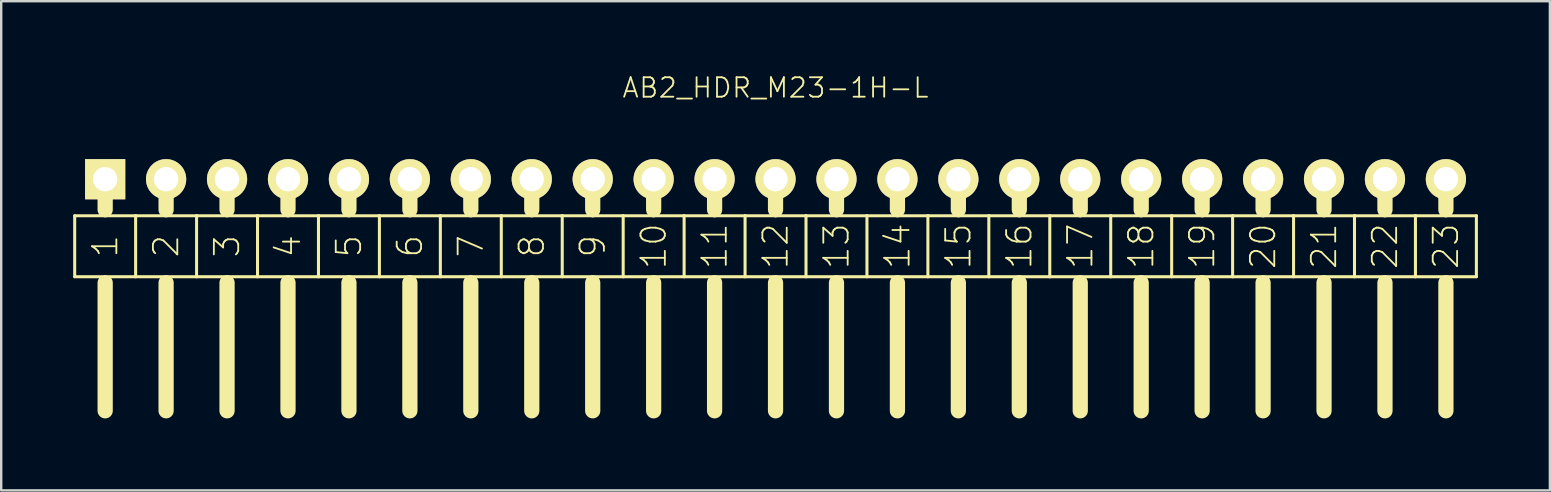
<source format=kicad_pcb>
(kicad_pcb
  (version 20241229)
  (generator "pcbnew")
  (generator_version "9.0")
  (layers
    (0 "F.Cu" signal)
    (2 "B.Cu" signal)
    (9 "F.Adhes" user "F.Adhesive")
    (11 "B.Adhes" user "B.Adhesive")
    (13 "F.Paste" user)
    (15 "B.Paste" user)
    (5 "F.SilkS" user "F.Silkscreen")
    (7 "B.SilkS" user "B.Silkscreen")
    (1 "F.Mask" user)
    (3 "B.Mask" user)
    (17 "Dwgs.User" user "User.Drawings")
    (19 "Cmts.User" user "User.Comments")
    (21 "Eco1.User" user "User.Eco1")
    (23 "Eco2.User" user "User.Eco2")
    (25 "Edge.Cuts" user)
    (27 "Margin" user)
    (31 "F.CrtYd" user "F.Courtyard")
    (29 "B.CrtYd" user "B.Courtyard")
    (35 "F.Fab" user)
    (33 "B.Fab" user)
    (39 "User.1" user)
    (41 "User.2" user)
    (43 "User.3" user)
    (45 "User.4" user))
  (footprint "AB2_HDR_M23-1H-L"
    (layer "F.Cu")
    (at 29.273 4.419)
    (property "Reference" "AB2_HDR_M23-1H-L" (at 0 -3.81 0) (layer "F.SilkS") (effects (font (size 0.813 0.813) (thickness 0.076))))
    (attr through_hole)
    (fp_line (start -29.21 1.524) (end -29.21 4.064) (stroke (width 0.127) (type solid)) (layer "F.SilkS"))
    (fp_line (start -29.21 4.064) (end -27.94 4.064) (stroke (width 0.127) (type solid)) (layer "F.SilkS"))
    (fp_line (start -27.94 0) (end -27.94 1.27) (stroke (width 0.635) (type solid)) (layer "F.SilkS"))
    (fp_line (start -27.94 1.524) (end -29.21 1.524) (stroke (width 0.127) (type solid)) (layer "F.SilkS"))
    (fp_line (start -27.94 4.064) (end -26.67 4.064) (stroke (width 0.127) (type solid)) (layer "F.SilkS"))
    (fp_line (start -27.94 4.318) (end -27.94 9.652) (stroke (width 0.635) (type solid)) (layer "F.SilkS"))
    (fp_line (start -26.67 1.524) (end -27.94 1.524) (stroke (width 0.127) (type solid)) (layer "F.SilkS"))
    (fp_line (start -26.67 4.064) (end -26.67 1.524) (stroke (width 0.127) (type solid)) (layer "F.SilkS"))
    (fp_line (start -26.67 4.064) (end -25.4 4.064) (stroke (width 0.127) (type solid)) (layer "F.SilkS"))
    (fp_line (start -25.4 0) (end -25.4 1.27) (stroke (width 0.635) (type solid)) (layer "F.SilkS"))
    (fp_line (start -25.4 1.524) (end -26.67 1.524) (stroke (width 0.127) (type solid)) (layer "F.SilkS"))
    (fp_line (start -25.4 4.064) (end -24.13 4.064) (stroke (width 0.127) (type solid)) (layer "F.SilkS"))
    (fp_line (start -25.4 4.318) (end -25.4 9.652) (stroke (width 0.635) (type solid)) (layer "F.SilkS"))
    (fp_line (start -24.13 1.524) (end -25.4 1.524) (stroke (width 0.127) (type solid)) (layer "F.SilkS"))
    (fp_line (start -24.13 4.064) (end -24.13 1.524) (stroke (width 0.127) (type solid)) (layer "F.SilkS"))
    (fp_line (start -24.13 4.064) (end -22.86 4.064) (stroke (width 0.127) (type solid)) (layer "F.SilkS"))
    (fp_line (start -22.86 0) (end -22.86 1.27) (stroke (width 0.635) (type solid)) (layer "F.SilkS"))
    (fp_line (start -22.86 1.524) (end -24.13 1.524) (stroke (width 0.127) (type solid)) (layer "F.SilkS"))
    (fp_line (start -22.86 4.064) (end -21.59 4.064) (stroke (width 0.127) (type solid)) (layer "F.SilkS"))
    (fp_line (start -22.86 4.318) (end -22.86 9.652) (stroke (width 0.635) (type solid)) (layer "F.SilkS"))
    (fp_line (start -21.59 1.524) (end -22.86 1.524) (stroke (width 0.127) (type solid)) (layer "F.SilkS"))
    (fp_line (start -21.59 4.064) (end -21.59 1.524) (stroke (width 0.127) (type solid)) (layer "F.SilkS"))
    (fp_line (start -21.59 4.064) (end -20.32 4.064) (stroke (width 0.127) (type solid)) (layer "F.SilkS"))
    (fp_line (start -20.32 0) (end -20.32 1.27) (stroke (width 0.635) (type solid)) (layer "F.SilkS"))
    (fp_line (start -20.32 1.524) (end -21.59 1.524) (stroke (width 0.127) (type solid)) (layer "F.SilkS"))
    (fp_line (start -20.32 4.064) (end -19.05 4.064) (stroke (width 0.127) (type solid)) (layer "F.SilkS"))
    (fp_line (start -20.32 4.318) (end -20.32 9.652) (stroke (width 0.635) (type solid)) (layer "F.SilkS"))
    (fp_line (start -19.05 1.524) (end -20.32 1.524) (stroke (width 0.127) (type solid)) (layer "F.SilkS"))
    (fp_line (start -19.05 4.064) (end -19.05 1.524) (stroke (width 0.127) (type solid)) (layer "F.SilkS"))
    (fp_line (start -19.05 4.064) (end -17.78 4.064) (stroke (width 0.127) (type solid)) (layer "F.SilkS"))
    (fp_line (start -17.78 0) (end -17.78 1.27) (stroke (width 0.635) (type solid)) (layer "F.SilkS"))
    (fp_line (start -17.78 1.524) (end -19.05 1.524) (stroke (width 0.127) (type solid)) (layer "F.SilkS"))
    (fp_line (start -17.78 4.064) (end -16.51 4.064) (stroke (width 0.127) (type solid)) (layer "F.SilkS"))
    (fp_line (start -17.78 4.318) (end -17.78 9.652) (stroke (width 0.635) (type solid)) (layer "F.SilkS"))
    (fp_line (start -16.51 1.524) (end -17.78 1.524) (stroke (width 0.127) (type solid)) (layer "F.SilkS"))
    (fp_line (start -16.51 4.064) (end -16.51 1.524) (stroke (width 0.127) (type solid)) (layer "F.SilkS"))
    (fp_line (start -16.51 4.064) (end -15.24 4.064) (stroke (width 0.127) (type solid)) (layer "F.SilkS"))
    (fp_line (start -15.24 0) (end -15.24 1.27) (stroke (width 0.635) (type solid)) (layer "F.SilkS"))
    (fp_line (start -15.24 1.524) (end -16.51 1.524) (stroke (width 0.127) (type solid)) (layer "F.SilkS"))
    (fp_line (start -15.24 4.064) (end -13.97 4.064) (stroke (width 0.127) (type solid)) (layer "F.SilkS"))
    (fp_line (start -15.24 4.318) (end -15.24 9.652) (stroke (width 0.635) (type solid)) (layer "F.SilkS"))
    (fp_line (start -13.97 1.524) (end -15.24 1.524) (stroke (width 0.127) (type solid)) (layer "F.SilkS"))
    (fp_line (start -13.97 4.064) (end -13.97 1.524) (stroke (width 0.127) (type solid)) (layer "F.SilkS"))
    (fp_line (start -13.97 4.064) (end -12.7 4.064) (stroke (width 0.127) (type solid)) (layer "F.SilkS"))
    (fp_line (start -12.7 0) (end -12.7 1.27) (stroke (width 0.635) (type solid)) (layer "F.SilkS"))
    (fp_line (start -12.7 1.524) (end -13.97 1.524) (stroke (width 0.127) (type solid)) (layer "F.SilkS"))
    (fp_line (start -12.7 4.064) (end -11.43 4.064) (stroke (width 0.127) (type solid)) (layer "F.SilkS"))
    (fp_line (start -12.7 4.318) (end -12.7 9.652) (stroke (width 0.635) (type solid)) (layer "F.SilkS"))
    (fp_line (start -11.43 1.524) (end -12.7 1.524) (stroke (width 0.127) (type solid)) (layer "F.SilkS"))
    (fp_line (start -11.43 4.064) (end -11.43 1.524) (stroke (width 0.127) (type solid)) (layer "F.SilkS"))
    (fp_line (start -11.43 4.064) (end -10.16 4.064) (stroke (width 0.127) (type solid)) (layer "F.SilkS"))
    (fp_line (start -10.16 0) (end -10.16 1.27) (stroke (width 0.635) (type solid)) (layer "F.SilkS"))
    (fp_line (start -10.16 1.524) (end -11.43 1.524) (stroke (width 0.127) (type solid)) (layer "F.SilkS"))
    (fp_line (start -10.16 4.064) (end -8.89 4.064) (stroke (width 0.127) (type solid)) (layer "F.SilkS"))
    (fp_line (start -10.16 4.318) (end -10.16 9.652) (stroke (width 0.635) (type solid)) (layer "F.SilkS"))
    (fp_line (start -8.89 1.524) (end -10.16 1.524) (stroke (width 0.127) (type solid)) (layer "F.SilkS"))
    (fp_line (start -8.89 4.064) (end -8.89 1.524) (stroke (width 0.127) (type solid)) (layer "F.SilkS"))
    (fp_line (start -8.89 4.064) (end -7.62 4.064) (stroke (width 0.127) (type solid)) (layer "F.SilkS"))
    (fp_line (start -7.62 0) (end -7.62 1.27) (stroke (width 0.635) (type solid)) (layer "F.SilkS"))
    (fp_line (start -7.62 1.524) (end -8.89 1.524) (stroke (width 0.127) (type solid)) (layer "F.SilkS"))
    (fp_line (start -7.62 4.064) (end -6.35 4.064) (stroke (width 0.127) (type solid)) (layer "F.SilkS"))
    (fp_line (start -7.62 4.318) (end -7.62 9.652) (stroke (width 0.635) (type solid)) (layer "F.SilkS"))
    (fp_line (start -6.35 1.524) (end -7.62 1.524) (stroke (width 0.127) (type solid)) (layer "F.SilkS"))
    (fp_line (start -6.35 4.064) (end -6.35 1.524) (stroke (width 0.127) (type solid)) (layer "F.SilkS"))
    (fp_line (start -6.35 4.064) (end -5.08 4.064) (stroke (width 0.127) (type solid)) (layer "F.SilkS"))
    (fp_line (start -5.08 0) (end -5.08 1.27) (stroke (width 0.635) (type solid)) (layer "F.SilkS"))
    (fp_line (start -5.08 1.524) (end -6.35 1.524) (stroke (width 0.127) (type solid)) (layer "F.SilkS"))
    (fp_line (start -5.08 4.064) (end -3.81 4.064) (stroke (width 0.127) (type solid)) (layer "F.SilkS"))
    (fp_line (start -5.08 4.318) (end -5.08 9.652) (stroke (width 0.635) (type solid)) (layer "F.SilkS"))
    (fp_line (start -3.81 1.524) (end -5.08 1.524) (stroke (width 0.127) (type solid)) (layer "F.SilkS"))
    (fp_line (start -3.81 4.064) (end -3.81 1.524) (stroke (width 0.127) (type solid)) (layer "F.SilkS"))
    (fp_line (start -3.81 4.064) (end -2.54 4.064) (stroke (width 0.127) (type solid)) (layer "F.SilkS"))
    (fp_line (start -2.54 0) (end -2.54 1.27) (stroke (width 0.635) (type solid)) (layer "F.SilkS"))
    (fp_line (start -2.54 1.524) (end -3.81 1.524) (stroke (width 0.127) (type solid)) (layer "F.SilkS"))
    (fp_line (start -2.54 4.064) (end -1.27 4.064) (stroke (width 0.127) (type solid)) (layer "F.SilkS"))
    (fp_line (start -2.54 4.318) (end -2.54 9.652) (stroke (width 0.635) (type solid)) (layer "F.SilkS"))
    (fp_line (start -1.27 1.524) (end -2.54 1.524) (stroke (width 0.127) (type solid)) (layer "F.SilkS"))
    (fp_line (start -1.27 4.064) (end -1.27 1.524) (stroke (width 0.127) (type solid)) (layer "F.SilkS"))
    (fp_line (start -1.27 4.064) (end 0 4.064) (stroke (width 0.127) (type solid)) (layer "F.SilkS"))
    (fp_line (start 0 0) (end 0 1.27) (stroke (width 0.635) (type solid)) (layer "F.SilkS"))
    (fp_line (start 0 1.524) (end -1.27 1.524) (stroke (width 0.127) (type solid)) (layer "F.SilkS"))
    (fp_line (start 0 4.064) (end 1.27 4.064) (stroke (width 0.127) (type solid)) (layer "F.SilkS"))
    (fp_line (start 0 4.318) (end 0 9.652) (stroke (width 0.635) (type solid)) (layer "F.SilkS"))
    (fp_line (start 1.27 1.524) (end 0 1.524) (stroke (width 0.127) (type solid)) (layer "F.SilkS"))
    (fp_line (start 1.27 4.064) (end 1.27 1.524) (stroke (width 0.127) (type solid)) (layer "F.SilkS"))
    (fp_line (start 1.27 4.064) (end 2.54 4.064) (stroke (width 0.127) (type solid)) (layer "F.SilkS"))
    (fp_line (start 2.54 0) (end 2.54 1.27) (stroke (width 0.635) (type solid)) (layer "F.SilkS"))
    (fp_line (start 2.54 1.524) (end 1.27 1.524) (stroke (width 0.127) (type solid)) (layer "F.SilkS"))
    (fp_line (start 2.54 4.064) (end 3.81 4.064) (stroke (width 0.127) (type solid)) (layer "F.SilkS"))
    (fp_line (start 2.54 4.318) (end 2.54 9.652) (stroke (width 0.635) (type solid)) (layer "F.SilkS"))
    (fp_line (start 3.81 1.524) (end 2.54 1.524) (stroke (width 0.127) (type solid)) (layer "F.SilkS"))
    (fp_line (start 3.81 4.064) (end 3.81 1.524) (stroke (width 0.127) (type solid)) (layer "F.SilkS"))
    (fp_line (start 3.81 4.064) (end 5.08 4.064) (stroke (width 0.127) (type solid)) (layer "F.SilkS"))
    (fp_line (start 5.08 0) (end 5.08 1.27) (stroke (width 0.635) (type solid)) (layer "F.SilkS"))
    (fp_line (start 5.08 1.524) (end 3.81 1.524) (stroke (width 0.127) (type solid)) (layer "F.SilkS"))
    (fp_line (start 5.08 4.064) (end 6.35 4.064) (stroke (width 0.127) (type solid)) (layer "F.SilkS"))
    (fp_line (start 5.08 4.318) (end 5.08 9.652) (stroke (width 0.635) (type solid)) (layer "F.SilkS"))
    (fp_line (start 6.35 1.524) (end 5.08 1.524) (stroke (width 0.127) (type solid)) (layer "F.SilkS"))
    (fp_line (start 6.35 4.064) (end 6.35 1.524) (stroke (width 0.127) (type solid)) (layer "F.SilkS"))
    (fp_line (start 6.35 4.064) (end 7.62 4.064) (stroke (width 0.127) (type solid)) (layer "F.SilkS"))
    (fp_line (start 7.62 0) (end 7.62 1.27) (stroke (width 0.635) (type solid)) (layer "F.SilkS"))
    (fp_line (start 7.62 1.524) (end 6.35 1.524) (stroke (width 0.127) (type solid)) (layer "F.SilkS"))
    (fp_line (start 7.62 4.064) (end 8.89 4.064) (stroke (width 0.127) (type solid)) (layer "F.SilkS"))
    (fp_line (start 7.62 4.318) (end 7.62 9.652) (stroke (width 0.635) (type solid)) (layer "F.SilkS"))
    (fp_line (start 8.89 1.524) (end 7.62 1.524) (stroke (width 0.127) (type solid)) (layer "F.SilkS"))
    (fp_line (start 8.89 4.064) (end 8.89 1.524) (stroke (width 0.127) (type solid)) (layer "F.SilkS"))
    (fp_line (start 8.89 4.064) (end 10.16 4.064) (stroke (width 0.127) (type solid)) (layer "F.SilkS"))
    (fp_line (start 10.16 0) (end 10.16 1.27) (stroke (width 0.635) (type solid)) (layer "F.SilkS"))
    (fp_line (start 10.16 1.524) (end 8.89 1.524) (stroke (width 0.127) (type solid)) (layer "F.SilkS"))
    (fp_line (start 10.16 4.064) (end 11.43 4.064) (stroke (width 0.127) (type solid)) (layer "F.SilkS"))
    (fp_line (start 10.16 4.318) (end 10.16 9.652) (stroke (width 0.635) (type solid)) (layer "F.SilkS"))
    (fp_line (start 11.43 1.524) (end 10.16 1.524) (stroke (width 0.127) (type solid)) (layer "F.SilkS"))
    (fp_line (start 11.43 4.064) (end 11.43 1.524) (stroke (width 0.127) (type solid)) (layer "F.SilkS"))
    (fp_line (start 11.43 4.064) (end 12.7 4.064) (stroke (width 0.127) (type solid)) (layer "F.SilkS"))
    (fp_line (start 12.7 0) (end 12.7 1.27) (stroke (width 0.635) (type solid)) (layer "F.SilkS"))
    (fp_line (start 12.7 1.524) (end 11.43 1.524) (stroke (width 0.127) (type solid)) (layer "F.SilkS"))
    (fp_line (start 12.7 4.064) (end 13.97 4.064) (stroke (width 0.127) (type solid)) (layer "F.SilkS"))
    (fp_line (start 12.7 4.318) (end 12.7 9.652) (stroke (width 0.635) (type solid)) (layer "F.SilkS"))
    (fp_line (start 13.97 1.524) (end 12.7 1.524) (stroke (width 0.127) (type solid)) (layer "F.SilkS"))
    (fp_line (start 13.97 4.064) (end 13.97 1.524) (stroke (width 0.127) (type solid)) (layer "F.SilkS"))
    (fp_line (start 13.97 4.064) (end 15.24 4.064) (stroke (width 0.127) (type solid)) (layer "F.SilkS"))
    (fp_line (start 15.24 0) (end 15.24 1.27) (stroke (width 0.635) (type solid)) (layer "F.SilkS"))
    (fp_line (start 15.24 1.524) (end 13.97 1.524) (stroke (width 0.127) (type solid)) (layer "F.SilkS"))
    (fp_line (start 15.24 4.064) (end 16.51 4.064) (stroke (width 0.127) (type solid)) (layer "F.SilkS"))
    (fp_line (start 15.24 4.318) (end 15.24 9.652) (stroke (width 0.635) (type solid)) (layer "F.SilkS"))
    (fp_line (start 16.51 1.524) (end 15.24 1.524) (stroke (width 0.127) (type solid)) (layer "F.SilkS"))
    (fp_line (start 16.51 4.064) (end 16.51 1.524) (stroke (width 0.127) (type solid)) (layer "F.SilkS"))
    (fp_line (start 16.51 4.064) (end 17.78 4.064) (stroke (width 0.127) (type solid)) (layer "F.SilkS"))
    (fp_line (start 17.78 0) (end 17.78 1.27) (stroke (width 0.635) (type solid)) (layer "F.SilkS"))
    (fp_line (start 17.78 1.524) (end 16.51 1.524) (stroke (width 0.127) (type solid)) (layer "F.SilkS"))
    (fp_line (start 17.78 4.064) (end 19.05 4.064) (stroke (width 0.127) (type solid)) (layer "F.SilkS"))
    (fp_line (start 17.78 4.318) (end 17.78 9.652) (stroke (width 0.635) (type solid)) (layer "F.SilkS"))
    (fp_line (start 19.05 1.524) (end 17.78 1.524) (stroke (width 0.127) (type solid)) (layer "F.SilkS"))
    (fp_line (start 19.05 4.064) (end 19.05 1.524) (stroke (width 0.127) (type solid)) (layer "F.SilkS"))
    (fp_line (start 19.05 4.064) (end 20.32 4.064) (stroke (width 0.127) (type solid)) (layer "F.SilkS"))
    (fp_line (start 20.32 0) (end 20.32 1.27) (stroke (width 0.635) (type solid)) (layer "F.SilkS"))
    (fp_line (start 20.32 1.524) (end 19.05 1.524) (stroke (width 0.127) (type solid)) (layer "F.SilkS"))
    (fp_line (start 20.32 4.064) (end 21.59 4.064) (stroke (width 0.127) (type solid)) (layer "F.SilkS"))
    (fp_line (start 20.32 4.318) (end 20.32 9.652) (stroke (width 0.635) (type solid)) (layer "F.SilkS"))
    (fp_line (start 21.59 1.524) (end 20.32 1.524) (stroke (width 0.127) (type solid)) (layer "F.SilkS"))
    (fp_line (start 21.59 4.064) (end 21.59 1.524) (stroke (width 0.127) (type solid)) (layer "F.SilkS"))
    (fp_line (start 21.59 4.064) (end 22.86 4.064) (stroke (width 0.127) (type solid)) (layer "F.SilkS"))
    (fp_line (start 22.86 0) (end 22.86 1.27) (stroke (width 0.635) (type solid)) (layer "F.SilkS"))
    (fp_line (start 22.86 1.524) (end 21.59 1.524) (stroke (width 0.127) (type solid)) (layer "F.SilkS"))
    (fp_line (start 22.86 4.064) (end 24.13 4.064) (stroke (width 0.127) (type solid)) (layer "F.SilkS"))
    (fp_line (start 22.86 4.318) (end 22.86 9.652) (stroke (width 0.635) (type solid)) (layer "F.SilkS"))
    (fp_line (start 24.13 1.524) (end 22.86 1.524) (stroke (width 0.127) (type solid)) (layer "F.SilkS"))
    (fp_line (start 24.13 4.064) (end 24.13 1.524) (stroke (width 0.127) (type solid)) (layer "F.SilkS"))
    (fp_line (start 24.13 4.064) (end 25.4 4.064) (stroke (width 0.127) (type solid)) (layer "F.SilkS"))
    (fp_line (start 25.4 0) (end 25.4 1.27) (stroke (width 0.635) (type solid)) (layer "F.SilkS"))
    (fp_line (start 25.4 1.524) (end 24.13 1.524) (stroke (width 0.127) (type solid)) (layer "F.SilkS"))
    (fp_line (start 25.4 4.064) (end 26.67 4.064) (stroke (width 0.127) (type solid)) (layer "F.SilkS"))
    (fp_line (start 25.4 4.318) (end 25.4 9.652) (stroke (width 0.635) (type solid)) (layer "F.SilkS"))
    (fp_line (start 26.67 1.524) (end 25.4 1.524) (stroke (width 0.127) (type solid)) (layer "F.SilkS"))
    (fp_line (start 26.67 4.064) (end 26.67 1.524) (stroke (width 0.127) (type solid)) (layer "F.SilkS"))
    (fp_line (start 26.67 4.064) (end 27.94 4.064) (stroke (width 0.127) (type solid)) (layer "F.SilkS"))
    (fp_line (start 27.94 0) (end 27.94 1.27) (stroke (width 0.635) (type solid)) (layer "F.SilkS"))
    (fp_line (start 27.94 1.524) (end 26.67 1.524) (stroke (width 0.127) (type solid)) (layer "F.SilkS"))
    (fp_line (start 27.94 4.064) (end 29.21 4.064) (stroke (width 0.127) (type solid)) (layer "F.SilkS"))
    (fp_line (start 27.94 4.318) (end 27.94 9.652) (stroke (width 0.635) (type solid)) (layer "F.SilkS"))
    (fp_line (start 29.21 1.524) (end 27.94 1.524) (stroke (width 0.127) (type solid)) (layer "F.SilkS"))
    (fp_line (start 29.21 4.064) (end 29.21 1.524) (stroke (width 0.127) (type solid)) (layer "F.SilkS"))
    (fp_text user "8" (at -10.16 2.794 90) (layer "F.SilkS") (effects (font (size 1.016 1.016) (thickness 0.076))))
    (fp_text user "17" (at 12.7 2.794 90) (layer "F.SilkS") (effects (font (size 1.016 1.016) (thickness 0.076))))
    (fp_text user "2" (at -25.4 2.794 90) (layer "F.SilkS") (effects (font (size 1.016 1.016) (thickness 0.076))))
    (fp_text user "14" (at 5.08 2.794 90) (layer "F.SilkS") (effects (font (size 1.016 1.016) (thickness 0.076))))
    (fp_text user "23" (at 27.94 2.794 90) (layer "F.SilkS") (effects (font (size 1.016 1.016) (thickness 0.076))))
    (fp_text user "18" (at 15.24 2.794 90) (layer "F.SilkS") (effects (font (size 1.016 1.016) (thickness 0.076))))
    (fp_text user "7" (at -12.7 2.794 90) (layer "F.SilkS") (effects (font (size 1.016 1.016) (thickness 0.076))))
    (fp_text user "3" (at -22.86 2.794 90) (layer "F.SilkS") (effects (font (size 1.016 1.016) (thickness 0.076))))
    (fp_text user "1" (at -27.94 2.794 90) (layer "F.SilkS") (effects (font (size 1.016 1.016) (thickness 0.076))))
    (fp_text user "10" (at -5.08 2.794 90) (layer "F.SilkS") (effects (font (size 1.016 1.016) (thickness 0.076))))
    (fp_text user "5" (at -17.78 2.794 90) (layer "F.SilkS") (effects (font (size 1.016 1.016) (thickness 0.076))))
    (fp_text user "21" (at 22.86 2.794 90) (layer "F.SilkS") (effects (font (size 1.016 1.016) (thickness 0.076))))
    (fp_text user "19" (at 17.78 2.794 90) (layer "F.SilkS") (effects (font (size 1.016 1.016) (thickness 0.076))))
    (fp_text user "6" (at -15.24 2.794 90) (layer "F.SilkS") (effects (font (size 1.016 1.016) (thickness 0.076))))
    (fp_text user "20" (at 20.32 2.794 90) (layer "F.SilkS") (effects (font (size 1.016 1.016) (thickness 0.076))))
    (fp_text user "4" (at -20.32 2.794 90) (layer "F.SilkS") (effects (font (size 1.016 1.016) (thickness 0.076))))
    (fp_text user "15" (at 7.62 2.794 90) (layer "F.SilkS") (effects (font (size 1.016 1.016) (thickness 0.076))))
    (fp_text user "9" (at -7.62 2.794 90) (layer "F.SilkS") (effects (font (size 1.016 1.016) (thickness 0.076))))
    (fp_text user "13" (at 2.54 2.794 90) (layer "F.SilkS") (effects (font (size 1.016 1.016) (thickness 0.076))))
    (fp_text user "11" (at -2.54 2.794 90) (layer "F.SilkS") (effects (font (size 1.016 1.016) (thickness 0.076))))
    (fp_text user "22" (at 25.4 2.794 90) (layer "F.SilkS") (effects (font (size 1.016 1.016) (thickness 0.076))))
    (fp_text user "12" (at 0 2.794 90) (layer "F.SilkS") (effects (font (size 1.016 1.016) (thickness 0.076))))
    (fp_text user "16" (at 10.16 2.794 90) (layer "F.SilkS") (effects (font (size 1.016 1.016) (thickness 0.076))))
    (pad "1" thru_hole rect (at -27.94 0) (size 1.676 1.676) (drill 1.016) (layers "*.Cu" "*.Mask" "F.SilkS"))
    (pad "2" thru_hole circle (at -25.4 0) (size 1.676 1.676) (drill 1.016) (layers "*.Cu" "*.Mask" "F.SilkS"))
    (pad "3" thru_hole circle (at -22.86 0) (size 1.676 1.676) (drill 1.016) (layers "*.Cu" "*.Mask" "F.SilkS"))
    (pad "4" thru_hole circle (at -20.32 0) (size 1.676 1.676) (drill 1.016) (layers "*.Cu" "*.Mask" "F.SilkS"))
    (pad "5" thru_hole circle (at -17.78 0) (size 1.676 1.676) (drill 1.016) (layers "*.Cu" "*.Mask" "F.SilkS"))
    (pad "6" thru_hole circle (at -15.24 0) (size 1.676 1.676) (drill 1.016) (layers "*.Cu" "*.Mask" "F.SilkS"))
    (pad "7" thru_hole circle (at -12.7 0) (size 1.676 1.676) (drill 1.016) (layers "*.Cu" "*.Mask" "F.SilkS"))
    (pad "8" thru_hole circle (at -10.16 0) (size 1.676 1.676) (drill 1.016) (layers "*.Cu" "*.Mask" "F.SilkS"))
    (pad "9" thru_hole circle (at -7.62 0) (size 1.676 1.676) (drill 1.016) (layers "*.Cu" "*.Mask" "F.SilkS"))
    (pad "10" thru_hole circle (at -5.08 0) (size 1.676 1.676) (drill 1.016) (layers "*.Cu" "*.Mask" "F.SilkS"))
    (pad "11" thru_hole circle (at -2.54 0) (size 1.676 1.676) (drill 1.016) (layers "*.Cu" "*.Mask" "F.SilkS"))
    (pad "12" thru_hole circle (at 0 0) (size 1.676 1.676) (drill 1.016) (layers "*.Cu" "*.Mask" "F.SilkS"))
    (pad "13" thru_hole circle (at 2.54 0) (size 1.676 1.676) (drill 1.016) (layers "*.Cu" "*.Mask" "F.SilkS"))
    (pad "14" thru_hole circle (at 5.08 0) (size 1.676 1.676) (drill 1.016) (layers "*.Cu" "*.Mask" "F.SilkS"))
    (pad "15" thru_hole circle (at 7.62 0) (size 1.676 1.676) (drill 1.016) (layers "*.Cu" "*.Mask" "F.SilkS"))
    (pad "16" thru_hole circle (at 10.16 0) (size 1.676 1.676) (drill 1.016) (layers "*.Cu" "*.Mask" "F.SilkS"))
    (pad "17" thru_hole circle (at 12.7 0) (size 1.676 1.676) (drill 1.016) (layers "*.Cu" "*.Mask" "F.SilkS"))
    (pad "18" thru_hole circle (at 15.24 0) (size 1.676 1.676) (drill 1.016) (layers "*.Cu" "*.Mask" "F.SilkS"))
    (pad "19" thru_hole circle (at 17.78 0) (size 1.676 1.676) (drill 1.016) (layers "*.Cu" "*.Mask" "F.SilkS"))
    (pad "20" thru_hole circle (at 20.32 0) (size 1.676 1.676) (drill 1.016) (layers "*.Cu" "*.Mask" "F.SilkS"))
    (pad "21" thru_hole circle (at 22.86 0) (size 1.676 1.676) (drill 1.016) (layers "*.Cu" "*.Mask" "F.SilkS"))
    (pad "22" thru_hole circle (at 25.4 0) (size 1.676 1.676) (drill 1.016) (layers "*.Cu" "*.Mask" "F.SilkS"))
    (pad "23" thru_hole circle (at 27.94 0) (size 1.676 1.676) (drill 1.016) (layers "*.Cu" "*.Mask" "F.SilkS")))
  (gr_rect
    (start -3 -3)
    (end 61.547 17.389)
    (stroke (width 0.1) (type default))
    (fill no)
    (layer "Edge.Cuts")))
</source>
